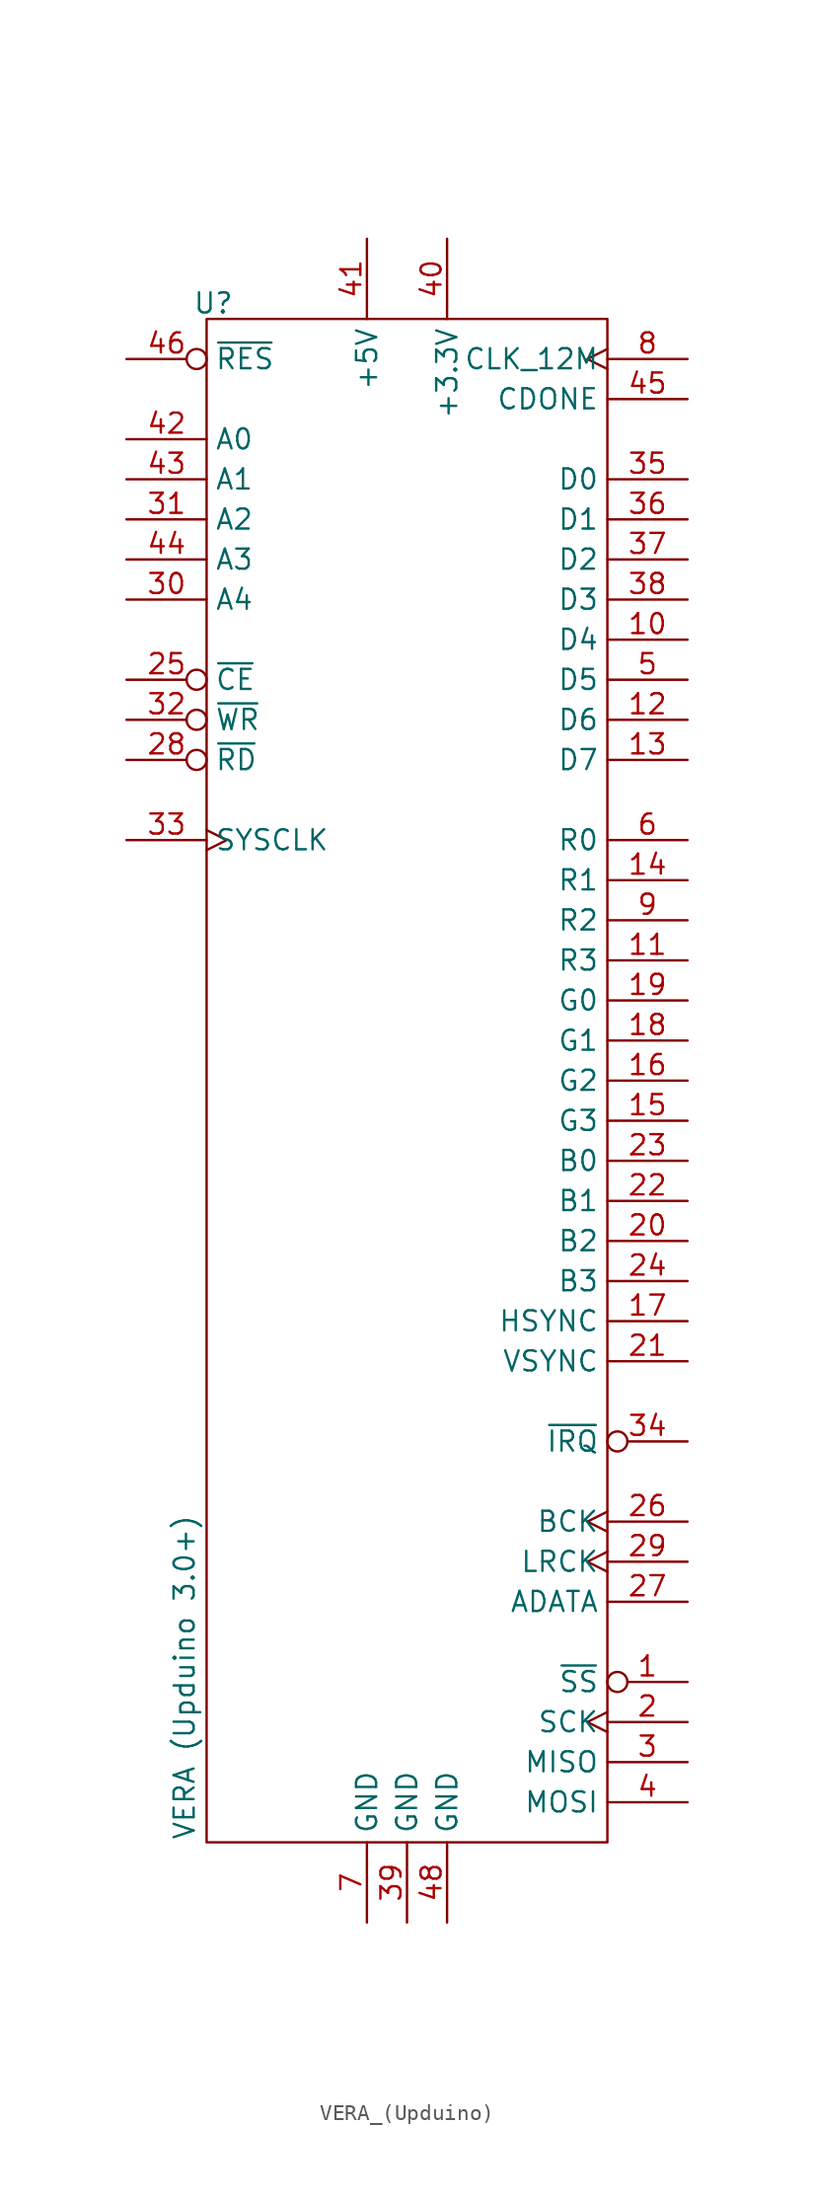
<source format=kicad_sym>
(kicad_symbol_lib
  (version 20220914)
  (generator kicad_symbol_editor)
  (symbol "VERA_(Upduino)"
    (property "Reference" "U"
      (at 0.425 0.993 0)
      (effects (font (size 1.27 1.27))))
    (property "Value" "VERA (Upduino 3.0+)"
      (at -1.405 -86.065 90)
      (effects (font (size 1.27 1.27))))
    (symbol "VERA_(Upduino)_0_1"
      (rectangle (start 0 0) (end 25.4 -96.52) (stroke (width 0) (type default)) (fill (type none))))
    (symbol "VERA_(Upduino)_1_1"
      (pin output inverted (at 30.48 -86.36 180) (length 5.08) (name "~{SS}" (effects (font (size 1.27 1.27)))) (number "1" (effects (font (size 1.27 1.27)))))
      (pin bidirectional line (at 30.48 -20.32 180) (length 5.08) (name "D4" (effects (font (size 1.27 1.27)))) (number "10" (effects (font (size 1.27 1.27)))))
      (pin output line (at 30.48 -40.64 180) (length 5.08) (name "R3" (effects (font (size 1.27 1.27)))) (number "11" (effects (font (size 1.27 1.27)))))
      (pin bidirectional line (at 30.48 -25.4 180) (length 5.08) (name "D6" (effects (font (size 1.27 1.27)))) (number "12" (effects (font (size 1.27 1.27)))))
      (pin bidirectional line (at 30.48 -27.94 180) (length 5.08) (name "D7" (effects (font (size 1.27 1.27)))) (number "13" (effects (font (size 1.27 1.27)))))
      (pin output line (at 30.48 -35.56 180) (length 5.08) (name "R1" (effects (font (size 1.27 1.27)))) (number "14" (effects (font (size 1.27 1.27)))))
      (pin output line (at 30.48 -50.8 180) (length 5.08) (name "G3" (effects (font (size 1.27 1.27)))) (number "15" (effects (font (size 1.27 1.27)))))
      (pin output line (at 30.48 -48.26 180) (length 5.08) (name "G2" (effects (font (size 1.27 1.27)))) (number "16" (effects (font (size 1.27 1.27)))))
      (pin output line (at 30.48 -63.5 180) (length 5.08) (name "HSYNC" (effects (font (size 1.27 1.27)))) (number "17" (effects (font (size 1.27 1.27)))))
      (pin output line (at 30.48 -45.72 180) (length 5.08) (name "G1" (effects (font (size 1.27 1.27)))) (number "18" (effects (font (size 1.27 1.27)))))
      (pin output line (at 30.48 -43.18 180) (length 5.08) (name "G0" (effects (font (size 1.27 1.27)))) (number "19" (effects (font (size 1.27 1.27)))))
      (pin output clock (at 30.48 -88.9 180) (length 5.08) (name "SCK" (effects (font (size 1.27 1.27)))) (number "2" (effects (font (size 1.27 1.27)))))
      (pin output line (at 30.48 -58.42 180) (length 5.08) (name "B2" (effects (font (size 1.27 1.27)))) (number "20" (effects (font (size 1.27 1.27)))))
      (pin output line (at 30.48 -66.04 180) (length 5.08) (name "VSYNC" (effects (font (size 1.27 1.27)))) (number "21" (effects (font (size 1.27 1.27)))))
      (pin output line (at 30.48 -55.88 180) (length 5.08) (name "B1" (effects (font (size 1.27 1.27)))) (number "22" (effects (font (size 1.27 1.27)))))
      (pin output line (at 30.48 -53.34 180) (length 5.08) (name "B0" (effects (font (size 1.27 1.27)))) (number "23" (effects (font (size 1.27 1.27)))))
      (pin output line (at 30.48 -60.96 180) (length 5.08) (name "B3" (effects (font (size 1.27 1.27)))) (number "24" (effects (font (size 1.27 1.27)))))
      (pin input inverted (at -5.08 -22.86 0) (length 5.08) (name "~{CE}" (effects (font (size 1.27 1.27)))) (number "25" (effects (font (size 1.27 1.27)))))
      (pin output clock (at 30.48 -76.2 180) (length 5.08) (name "BCK" (effects (font (size 1.27 1.27)))) (number "26" (effects (font (size 1.27 1.27)))))
      (pin output line (at 30.48 -81.28 180) (length 5.08) (name "ADATA" (effects (font (size 1.27 1.27)))) (number "27" (effects (font (size 1.27 1.27)))))
      (pin input inverted (at -5.08 -27.94 0) (length 5.08) (name "~{RD}" (effects (font (size 1.27 1.27)))) (number "28" (effects (font (size 1.27 1.27)))))
      (pin output clock (at 30.48 -78.74 180) (length 5.08) (name "LRCK" (effects (font (size 1.27 1.27)))) (number "29" (effects (font (size 1.27 1.27)))))
      (pin input line (at 30.48 -91.44 180) (length 5.08) (name "MISO" (effects (font (size 1.27 1.27)))) (number "3" (effects (font (size 1.27 1.27)))))
      (pin input line (at -5.08 -17.78 0) (length 5.08) (name "A4" (effects (font (size 1.27 1.27)))) (number "30" (effects (font (size 1.27 1.27)))))
      (pin input line (at -5.08 -12.7 0) (length 5.08) (name "A2" (effects (font (size 1.27 1.27)))) (number "31" (effects (font (size 1.27 1.27)))))
      (pin input inverted (at -5.08 -25.4 0) (length 5.08) (name "~{WR}" (effects (font (size 1.27 1.27)))) (number "32" (effects (font (size 1.27 1.27)))))
      (pin input clock (at -5.08 -33.02 0) (length 5.08) (name "SYSCLK" (effects (font (size 1.27 1.27)))) (number "33" (effects (font (size 1.27 1.27)))))
      (pin output inverted (at 30.48 -71.12 180) (length 5.08) (name "~{IRQ}" (effects (font (size 1.27 1.27)))) (number "34" (effects (font (size 1.27 1.27)))))
      (pin bidirectional line (at 30.48 -10.16 180) (length 5.08) (name "D0" (effects (font (size 1.27 1.27)))) (number "35" (effects (font (size 1.27 1.27)))))
      (pin bidirectional line (at 30.48 -12.7 180) (length 5.08) (name "D1" (effects (font (size 1.27 1.27)))) (number "36" (effects (font (size 1.27 1.27)))))
      (pin bidirectional line (at 30.48 -15.24 180) (length 5.08) (name "D2" (effects (font (size 1.27 1.27)))) (number "37" (effects (font (size 1.27 1.27)))))
      (pin bidirectional line (at 30.48 -17.78 180) (length 5.08) (name "D3" (effects (font (size 1.27 1.27)))) (number "38" (effects (font (size 1.27 1.27)))))
      (pin power_in line (at 12.7 -101.6 90) (length 5.08) (name "GND" (effects (font (size 1.27 1.27)))) (number "39" (effects (font (size 1.27 1.27)))))
      (pin output line (at 30.48 -93.98 180) (length 5.08) (name "MOSI" (effects (font (size 1.27 1.27)))) (number "4" (effects (font (size 1.27 1.27)))))
      (pin power_in line (at 15.24 5.08 270) (length 5.08) (name "+3.3V" (effects (font (size 1.27 1.27)))) (number "40" (effects (font (size 1.27 1.27)))))
      (pin power_in line (at 10.16 5.08 270) (length 5.08) (name "+5V" (effects (font (size 1.27 1.27)))) (number "41" (effects (font (size 1.27 1.27)))))
      (pin input line (at -5.08 -7.62 0) (length 5.08) (name "A0" (effects (font (size 1.27 1.27)))) (number "42" (effects (font (size 1.27 1.27)))))
      (pin input line (at -5.08 -10.16 0) (length 5.08) (name "A1" (effects (font (size 1.27 1.27)))) (number "43" (effects (font (size 1.27 1.27)))))
      (pin input line (at -5.08 -15.24 0) (length 5.08) (name "A3" (effects (font (size 1.27 1.27)))) (number "44" (effects (font (size 1.27 1.27)))))
      (pin output line (at 30.48 -5.08 180) (length 5.08) (name "CDONE" (effects (font (size 1.27 1.27)))) (number "45" (effects (font (size 1.27 1.27)))))
      (pin input inverted (at -5.08 -2.54 0) (length 5.08) (name "~{RES}" (effects (font (size 1.27 1.27)))) (number "46" (effects (font (size 1.27 1.27)))))
      (pin no_connect line (at -5.08 -38.1 0) (length 5.08) hide (name "" (effects (font (size 1.27 1.27)))) (number "47" (effects (font (size 1.27 1.27)))))
      (pin power_in line (at 15.24 -101.6 90) (length 5.08) (name "GND" (effects (font (size 1.27 1.27)))) (number "48" (effects (font (size 1.27 1.27)))))
      (pin bidirectional line (at 30.48 -22.86 180) (length 5.08) (name "D5" (effects (font (size 1.27 1.27)))) (number "5" (effects (font (size 1.27 1.27)))))
      (pin output line (at 30.48 -33.02 180) (length 5.08) (name "R0" (effects (font (size 1.27 1.27)))) (number "6" (effects (font (size 1.27 1.27)))))
      (pin power_in line (at 10.16 -101.6 90) (length 5.08) (name "GND" (effects (font (size 1.27 1.27)))) (number "7" (effects (font (size 1.27 1.27)))))
      (pin output clock (at 30.48 -2.54 180) (length 5.08) (name "CLK_12M" (effects (font (size 1.27 1.27)))) (number "8" (effects (font (size 1.27 1.27)))))
      (pin output line (at 30.48 -38.1 180) (length 5.08) (name "R2" (effects (font (size 1.27 1.27)))) (number "9" (effects (font (size 1.27 1.27))))))))
</source>
